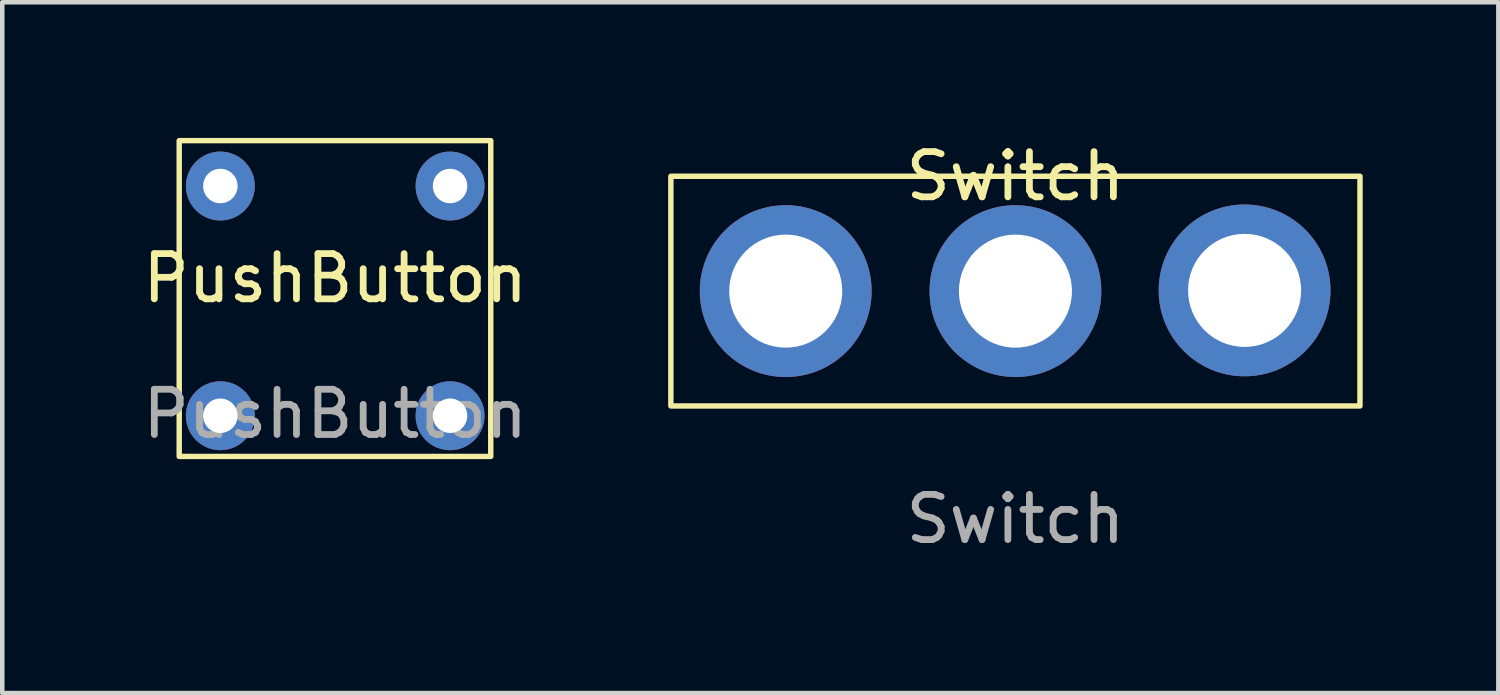
<source format=kicad_pcb>
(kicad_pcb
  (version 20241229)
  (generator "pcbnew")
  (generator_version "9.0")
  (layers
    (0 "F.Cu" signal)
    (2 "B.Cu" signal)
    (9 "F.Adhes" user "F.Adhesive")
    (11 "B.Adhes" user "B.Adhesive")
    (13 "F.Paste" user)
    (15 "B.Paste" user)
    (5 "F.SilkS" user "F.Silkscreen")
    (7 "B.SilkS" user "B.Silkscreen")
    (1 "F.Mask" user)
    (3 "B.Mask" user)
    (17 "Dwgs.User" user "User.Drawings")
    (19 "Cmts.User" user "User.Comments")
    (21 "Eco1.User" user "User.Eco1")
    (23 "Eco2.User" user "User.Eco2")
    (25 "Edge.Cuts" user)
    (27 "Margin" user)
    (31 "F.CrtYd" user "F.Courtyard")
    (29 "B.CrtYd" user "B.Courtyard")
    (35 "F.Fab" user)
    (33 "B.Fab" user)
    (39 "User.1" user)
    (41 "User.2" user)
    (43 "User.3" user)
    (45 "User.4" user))
  (footprint "Switch"
    (layer "F.Cu")
    (at 19.406 5.928)
    (property "Reference" "Switch" (at 0 -5.08 0) (unlocked yes) (layer "F.SilkS") (effects (font (size 1 1) (thickness 0.15))))
    (attr through_hole)
    (fp_rect (start -7.62 -5.08) (end 7.62 0) (stroke (width 0.12) (type solid)) (fill no) (layer "F.SilkS"))
    (fp_text user "${REFERENCE}" (at 0 2.5 0) (unlocked yes) (layer "F.Fab") (effects (font (size 1 1) (thickness 0.15))))
    (pad "1" thru_hole circle (at -5.08 -2.54) (size 3.8 3.8) (drill 2.5) (layers "*.Cu" "*.Mask"))
    (pad "2" thru_hole circle (at 0 -2.54) (size 3.8 3.8) (drill 2.5) (layers "*.Cu" "*.Mask"))
    (pad "3" thru_hole circle (at 5.068 -2.556) (size 3.8 3.8) (drill 2.5) (layers "*.Cu" "*.Mask")))
  (footprint "PushButton"
    (layer "F.Cu")
    (at 4.363 3.604)
    (property "Reference" "PushButton" (at 0 -0.5 0) (unlocked yes) (layer "F.SilkS") (effects (font (size 1 1) (thickness 0.15))))
    (attr through_hole)
    (fp_rect (start -3.45 -3.544) (end 3.44 3.44) (stroke (width 0.12) (type solid)) (fill no) (layer "F.SilkS"))
    (fp_text user "${REFERENCE}" (at 0 2.5 0) (unlocked yes) (layer "F.Fab") (effects (font (size 1 1) (thickness 0.15))))
    (pad "1" thru_hole circle (at -2.54 -2.54) (size 1.524 1.524) (drill 0.762) (layers "*.Cu" "*.Mask"))
    (pad "2" thru_hole circle (at 2.54 2.54) (size 1.524 1.524) (drill 0.762) (layers "*.Cu" "*.Mask"))
    (pad "3" thru_hole circle (at 2.54 -2.54) (size 1.524 1.524) (drill 0.762) (layers "*.Cu" "*.Mask"))
    (pad "4" thru_hole circle (at -2.54 2.54) (size 1.524 1.524) (drill 0.762) (layers "*.Cu" "*.Mask")))
  (gr_rect
    (start -3 -3)
    (end 30.086 12.277)
    (stroke (width 0.1) (type default))
    (fill no)
    (layer "Edge.Cuts")))
</source>
